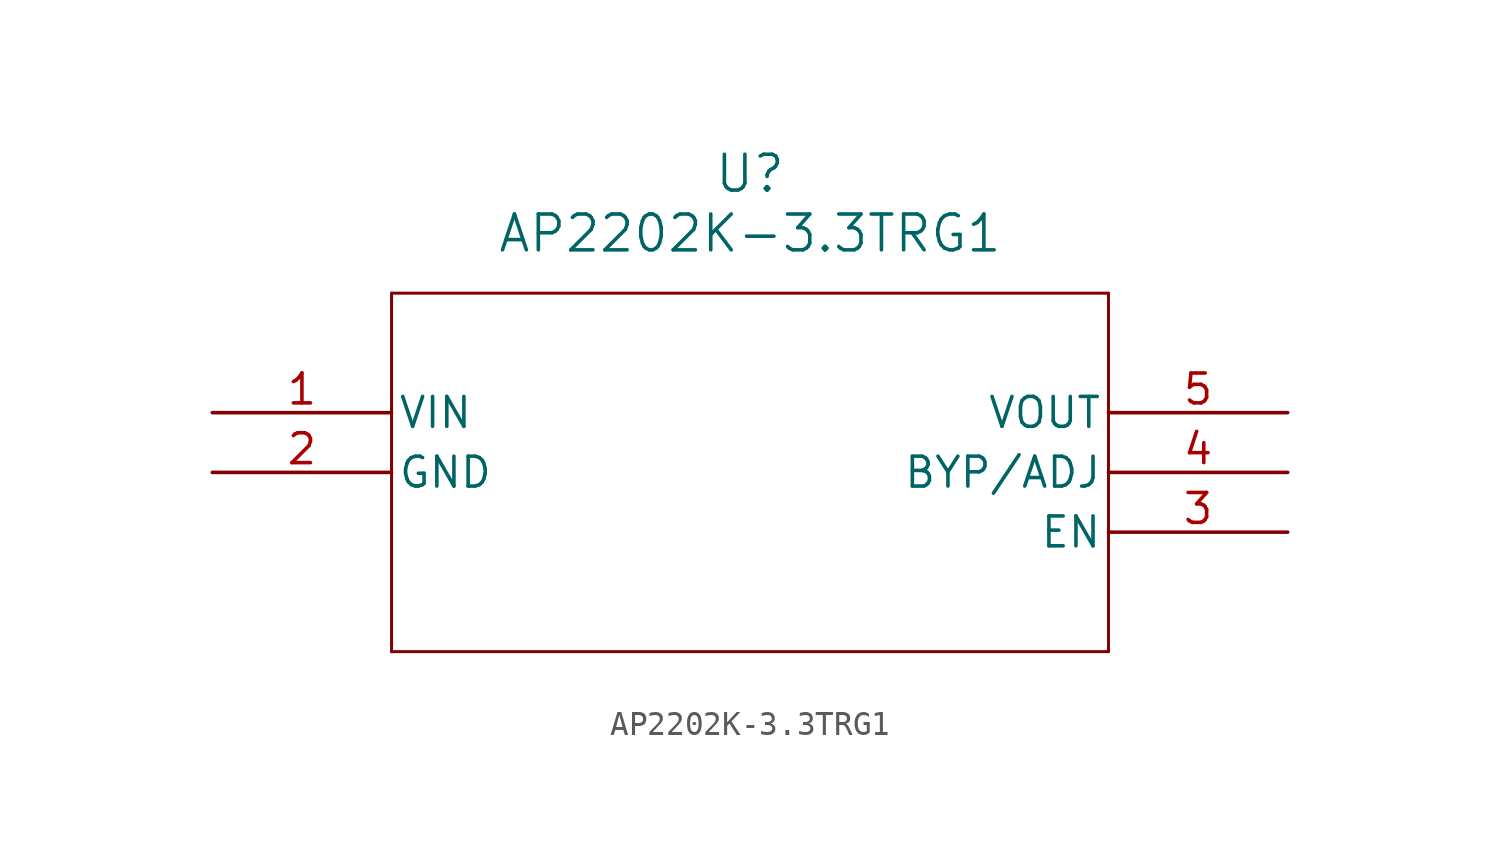
<source format=kicad_sym>
(kicad_symbol_lib
  (version 20211014)
  (generator kicad_symbol_editor)
  (symbol "AP2202K-3.3TRG1"
    (pin_names
      (offset 0.254))
    (property "Reference" "U"
      (at 22.86 10.16 0)
      (effects (font (size 1.524 1.524))))
    (property "Value" "AP2202K-3.3TRG1"
      (at 22.86 7.62 0)
      (effects (font (size 1.524 1.524))))
    (symbol "AP2202K-3.3TRG1_0_1"
      (polyline (pts (xy 7.62 5.08) (xy 7.62 -10.16)) (stroke (width 0.127) (type default) (color 0 0 0 0)) (fill (type none)))
      (polyline (pts (xy 7.62 -10.16) (xy 38.1 -10.16)) (stroke (width 0.127) (type default) (color 0 0 0 0)) (fill (type none)))
      (polyline (pts (xy 38.1 -10.16) (xy 38.1 5.08)) (stroke (width 0.127) (type default) (color 0 0 0 0)) (fill (type none)))
      (polyline (pts (xy 38.1 5.08) (xy 7.62 5.08)) (stroke (width 0.127) (type default) (color 0 0 0 0)) (fill (type none)))
      (pin input line (at 0 0 0) (length 7.62) (name "VIN" (effects (font (size 1.27 1.27)))) (number "1" (effects (font (size 1.27 1.27)))))
      (pin power_out line (at 0 -2.54 0) (length 7.62) (name "GND" (effects (font (size 1.27 1.27)))) (number "2" (effects (font (size 1.27 1.27)))))
      (pin input line (at 45.72 -5.08 180) (length 7.62) (name "EN" (effects (font (size 1.27 1.27)))) (number "3" (effects (font (size 1.27 1.27)))))
      (pin output line (at 45.72 -2.54 180) (length 7.62) (name "BYP/ADJ" (effects (font (size 1.27 1.27)))) (number "4" (effects (font (size 1.27 1.27)))))
      (pin output line (at 45.72 0 180) (length 7.62) (name "VOUT" (effects (font (size 1.27 1.27)))) (number "5" (effects (font (size 1.27 1.27))))))))
</source>
